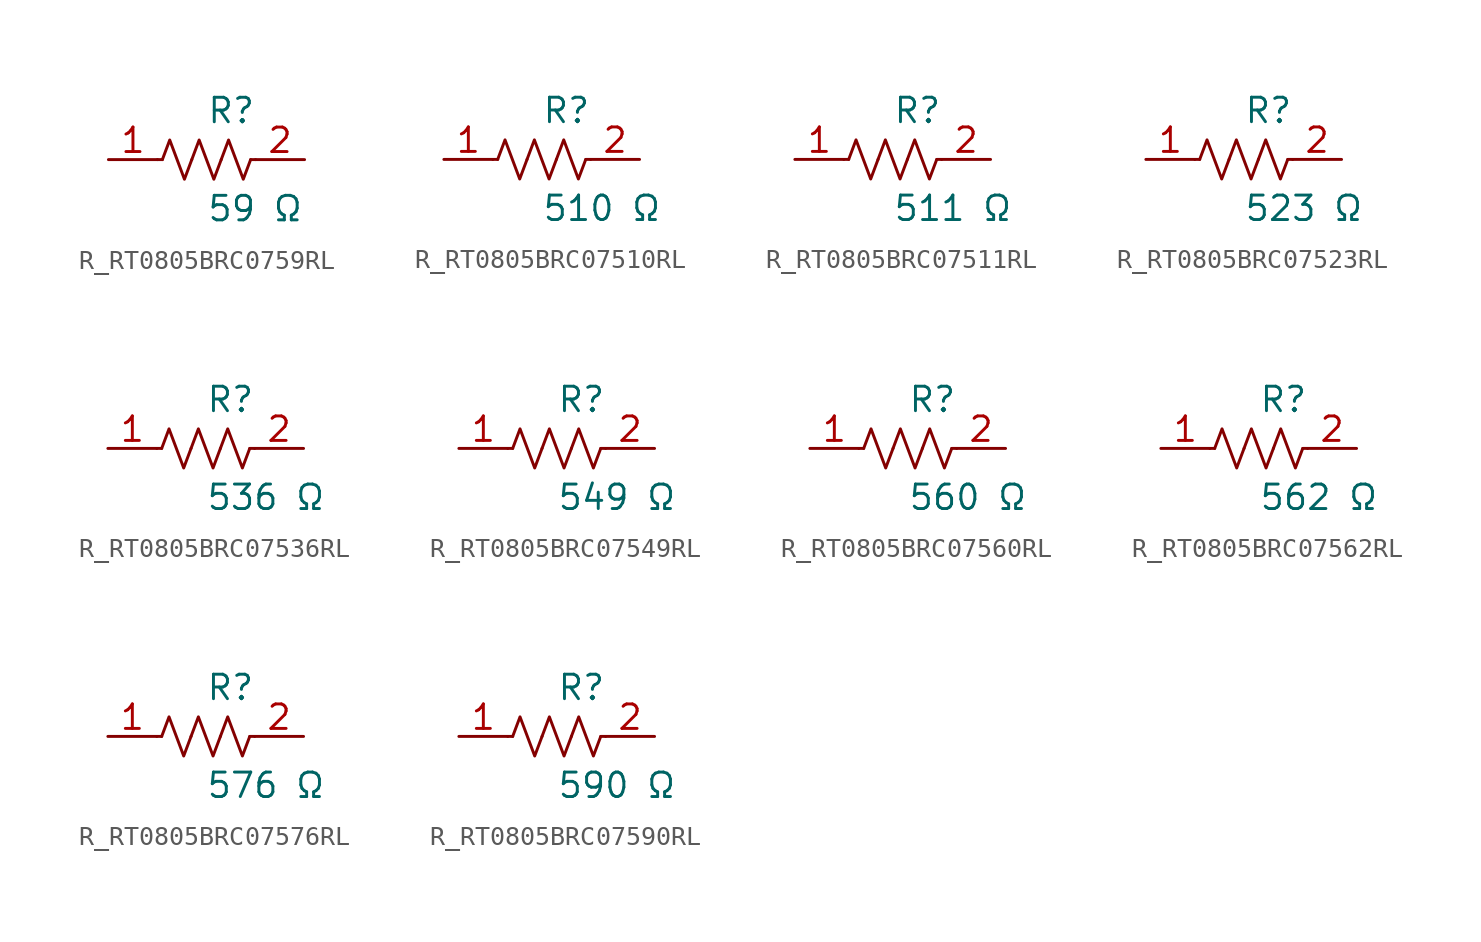
<source format=kicad_sym>
(kicad_symbol_lib
  (version 20231120)
  (generator kicad_symbol_editor)
  (generator_version 8.0)
  (symbol "R_RT0805BRC0759RL"
    (pin_names
      (offset 0.254))
    (property "Reference" "R"
      (at 0.0 2.54 0)
      (effects (font (size 1.27 1.27)) (justify left)))
    (property "Value" "59 Ω"
      (at 0.0 -2.54 0)
      (effects (font (size 1.27 1.27)) (justify left)))
    (symbol "R_RT0805BRC0759RL_0_1"
      (polyline (pts (xy 2.286 0) (xy 2.54 0)) (stroke (width 0) (type default)) (fill (type none)))
      (polyline (pts (xy -2.286 0) (xy -2.54 0)) (stroke (width 0) (type default)) (fill (type none)))
      (polyline (pts (xy 0.762 0) (xy 1.143 1.016) (xy 1.524 0) (xy 1.905 -1.016) (xy 2.286 0)) (stroke (width 0) (type default)) (fill (type none)))
      (polyline (pts (xy -0.762 0) (xy -0.381 1.016) (xy 0 0) (xy 0.381 -1.016) (xy 0.762 0)) (stroke (width 0) (type default)) (fill (type none)))
      (polyline (pts (xy -2.286 0) (xy -1.905 1.016) (xy -1.524 0) (xy -1.143 -1.016) (xy -0.762 0)) (stroke (width 0) (type default)) (fill (type none))))
    (pin unspecified line
      (at -5.08 0 0)
      (length 2.54)
      (name "" (effects (font (size 1.27 1.27))))
      (number "1" (effects (font (size 1.27 1.27)))))
    (pin unspecified line
      (at 5.08 0 180)
      (length 2.54)
      (name "" (effects (font (size 1.27 1.27))))
      (number "2" (effects (font (size 1.27 1.27))))))
  (symbol "R_RT0805BRC07510RL"
    (pin_names
      (offset 0.254))
    (property "Reference" "R"
      (at 0.0 2.54 0)
      (effects (font (size 1.27 1.27)) (justify left)))
    (property "Value" "510 Ω"
      (at 0.0 -2.54 0)
      (effects (font (size 1.27 1.27)) (justify left)))
    (symbol "R_RT0805BRC07510RL_0_1"
      (polyline (pts (xy 2.286 0) (xy 2.54 0)) (stroke (width 0) (type default)) (fill (type none)))
      (polyline (pts (xy -2.286 0) (xy -2.54 0)) (stroke (width 0) (type default)) (fill (type none)))
      (polyline (pts (xy 0.762 0) (xy 1.143 1.016) (xy 1.524 0) (xy 1.905 -1.016) (xy 2.286 0)) (stroke (width 0) (type default)) (fill (type none)))
      (polyline (pts (xy -0.762 0) (xy -0.381 1.016) (xy 0 0) (xy 0.381 -1.016) (xy 0.762 0)) (stroke (width 0) (type default)) (fill (type none)))
      (polyline (pts (xy -2.286 0) (xy -1.905 1.016) (xy -1.524 0) (xy -1.143 -1.016) (xy -0.762 0)) (stroke (width 0) (type default)) (fill (type none))))
    (pin unspecified line
      (at -5.08 0 0)
      (length 2.54)
      (name "" (effects (font (size 1.27 1.27))))
      (number "1" (effects (font (size 1.27 1.27)))))
    (pin unspecified line
      (at 5.08 0 180)
      (length 2.54)
      (name "" (effects (font (size 1.27 1.27))))
      (number "2" (effects (font (size 1.27 1.27))))))
  (symbol "R_RT0805BRC07511RL"
    (pin_names
      (offset 0.254))
    (property "Reference" "R"
      (at 0.0 2.54 0)
      (effects (font (size 1.27 1.27)) (justify left)))
    (property "Value" "511 Ω"
      (at 0.0 -2.54 0)
      (effects (font (size 1.27 1.27)) (justify left)))
    (symbol "R_RT0805BRC07511RL_0_1"
      (polyline (pts (xy 2.286 0) (xy 2.54 0)) (stroke (width 0) (type default)) (fill (type none)))
      (polyline (pts (xy -2.286 0) (xy -2.54 0)) (stroke (width 0) (type default)) (fill (type none)))
      (polyline (pts (xy 0.762 0) (xy 1.143 1.016) (xy 1.524 0) (xy 1.905 -1.016) (xy 2.286 0)) (stroke (width 0) (type default)) (fill (type none)))
      (polyline (pts (xy -0.762 0) (xy -0.381 1.016) (xy 0 0) (xy 0.381 -1.016) (xy 0.762 0)) (stroke (width 0) (type default)) (fill (type none)))
      (polyline (pts (xy -2.286 0) (xy -1.905 1.016) (xy -1.524 0) (xy -1.143 -1.016) (xy -0.762 0)) (stroke (width 0) (type default)) (fill (type none))))
    (pin unspecified line
      (at -5.08 0 0)
      (length 2.54)
      (name "" (effects (font (size 1.27 1.27))))
      (number "1" (effects (font (size 1.27 1.27)))))
    (pin unspecified line
      (at 5.08 0 180)
      (length 2.54)
      (name "" (effects (font (size 1.27 1.27))))
      (number "2" (effects (font (size 1.27 1.27))))))
  (symbol "R_RT0805BRC07523RL"
    (pin_names
      (offset 0.254))
    (property "Reference" "R"
      (at 0.0 2.54 0)
      (effects (font (size 1.27 1.27)) (justify left)))
    (property "Value" "523 Ω"
      (at 0.0 -2.54 0)
      (effects (font (size 1.27 1.27)) (justify left)))
    (symbol "R_RT0805BRC07523RL_0_1"
      (polyline (pts (xy 2.286 0) (xy 2.54 0)) (stroke (width 0) (type default)) (fill (type none)))
      (polyline (pts (xy -2.286 0) (xy -2.54 0)) (stroke (width 0) (type default)) (fill (type none)))
      (polyline (pts (xy 0.762 0) (xy 1.143 1.016) (xy 1.524 0) (xy 1.905 -1.016) (xy 2.286 0)) (stroke (width 0) (type default)) (fill (type none)))
      (polyline (pts (xy -0.762 0) (xy -0.381 1.016) (xy 0 0) (xy 0.381 -1.016) (xy 0.762 0)) (stroke (width 0) (type default)) (fill (type none)))
      (polyline (pts (xy -2.286 0) (xy -1.905 1.016) (xy -1.524 0) (xy -1.143 -1.016) (xy -0.762 0)) (stroke (width 0) (type default)) (fill (type none))))
    (pin unspecified line
      (at -5.08 0 0)
      (length 2.54)
      (name "" (effects (font (size 1.27 1.27))))
      (number "1" (effects (font (size 1.27 1.27)))))
    (pin unspecified line
      (at 5.08 0 180)
      (length 2.54)
      (name "" (effects (font (size 1.27 1.27))))
      (number "2" (effects (font (size 1.27 1.27))))))
  (symbol "R_RT0805BRC07536RL"
    (pin_names
      (offset 0.254))
    (property "Reference" "R"
      (at 0.0 2.54 0)
      (effects (font (size 1.27 1.27)) (justify left)))
    (property "Value" "536 Ω"
      (at 0.0 -2.54 0)
      (effects (font (size 1.27 1.27)) (justify left)))
    (symbol "R_RT0805BRC07536RL_0_1"
      (polyline (pts (xy 2.286 0) (xy 2.54 0)) (stroke (width 0) (type default)) (fill (type none)))
      (polyline (pts (xy -2.286 0) (xy -2.54 0)) (stroke (width 0) (type default)) (fill (type none)))
      (polyline (pts (xy 0.762 0) (xy 1.143 1.016) (xy 1.524 0) (xy 1.905 -1.016) (xy 2.286 0)) (stroke (width 0) (type default)) (fill (type none)))
      (polyline (pts (xy -0.762 0) (xy -0.381 1.016) (xy 0 0) (xy 0.381 -1.016) (xy 0.762 0)) (stroke (width 0) (type default)) (fill (type none)))
      (polyline (pts (xy -2.286 0) (xy -1.905 1.016) (xy -1.524 0) (xy -1.143 -1.016) (xy -0.762 0)) (stroke (width 0) (type default)) (fill (type none))))
    (pin unspecified line
      (at -5.08 0 0)
      (length 2.54)
      (name "" (effects (font (size 1.27 1.27))))
      (number "1" (effects (font (size 1.27 1.27)))))
    (pin unspecified line
      (at 5.08 0 180)
      (length 2.54)
      (name "" (effects (font (size 1.27 1.27))))
      (number "2" (effects (font (size 1.27 1.27))))))
  (symbol "R_RT0805BRC07549RL"
    (pin_names
      (offset 0.254))
    (property "Reference" "R"
      (at 0.0 2.54 0)
      (effects (font (size 1.27 1.27)) (justify left)))
    (property "Value" "549 Ω"
      (at 0.0 -2.54 0)
      (effects (font (size 1.27 1.27)) (justify left)))
    (symbol "R_RT0805BRC07549RL_0_1"
      (polyline (pts (xy 2.286 0) (xy 2.54 0)) (stroke (width 0) (type default)) (fill (type none)))
      (polyline (pts (xy -2.286 0) (xy -2.54 0)) (stroke (width 0) (type default)) (fill (type none)))
      (polyline (pts (xy 0.762 0) (xy 1.143 1.016) (xy 1.524 0) (xy 1.905 -1.016) (xy 2.286 0)) (stroke (width 0) (type default)) (fill (type none)))
      (polyline (pts (xy -0.762 0) (xy -0.381 1.016) (xy 0 0) (xy 0.381 -1.016) (xy 0.762 0)) (stroke (width 0) (type default)) (fill (type none)))
      (polyline (pts (xy -2.286 0) (xy -1.905 1.016) (xy -1.524 0) (xy -1.143 -1.016) (xy -0.762 0)) (stroke (width 0) (type default)) (fill (type none))))
    (pin unspecified line
      (at -5.08 0 0)
      (length 2.54)
      (name "" (effects (font (size 1.27 1.27))))
      (number "1" (effects (font (size 1.27 1.27)))))
    (pin unspecified line
      (at 5.08 0 180)
      (length 2.54)
      (name "" (effects (font (size 1.27 1.27))))
      (number "2" (effects (font (size 1.27 1.27))))))
  (symbol "R_RT0805BRC07560RL"
    (pin_names
      (offset 0.254))
    (property "Reference" "R"
      (at 0.0 2.54 0)
      (effects (font (size 1.27 1.27)) (justify left)))
    (property "Value" "560 Ω"
      (at 0.0 -2.54 0)
      (effects (font (size 1.27 1.27)) (justify left)))
    (symbol "R_RT0805BRC07560RL_0_1"
      (polyline (pts (xy 2.286 0) (xy 2.54 0)) (stroke (width 0) (type default)) (fill (type none)))
      (polyline (pts (xy -2.286 0) (xy -2.54 0)) (stroke (width 0) (type default)) (fill (type none)))
      (polyline (pts (xy 0.762 0) (xy 1.143 1.016) (xy 1.524 0) (xy 1.905 -1.016) (xy 2.286 0)) (stroke (width 0) (type default)) (fill (type none)))
      (polyline (pts (xy -0.762 0) (xy -0.381 1.016) (xy 0 0) (xy 0.381 -1.016) (xy 0.762 0)) (stroke (width 0) (type default)) (fill (type none)))
      (polyline (pts (xy -2.286 0) (xy -1.905 1.016) (xy -1.524 0) (xy -1.143 -1.016) (xy -0.762 0)) (stroke (width 0) (type default)) (fill (type none))))
    (pin unspecified line
      (at -5.08 0 0)
      (length 2.54)
      (name "" (effects (font (size 1.27 1.27))))
      (number "1" (effects (font (size 1.27 1.27)))))
    (pin unspecified line
      (at 5.08 0 180)
      (length 2.54)
      (name "" (effects (font (size 1.27 1.27))))
      (number "2" (effects (font (size 1.27 1.27))))))
  (symbol "R_RT0805BRC07562RL"
    (pin_names
      (offset 0.254))
    (property "Reference" "R"
      (at 0.0 2.54 0)
      (effects (font (size 1.27 1.27)) (justify left)))
    (property "Value" "562 Ω"
      (at 0.0 -2.54 0)
      (effects (font (size 1.27 1.27)) (justify left)))
    (symbol "R_RT0805BRC07562RL_0_1"
      (polyline (pts (xy 2.286 0) (xy 2.54 0)) (stroke (width 0) (type default)) (fill (type none)))
      (polyline (pts (xy -2.286 0) (xy -2.54 0)) (stroke (width 0) (type default)) (fill (type none)))
      (polyline (pts (xy 0.762 0) (xy 1.143 1.016) (xy 1.524 0) (xy 1.905 -1.016) (xy 2.286 0)) (stroke (width 0) (type default)) (fill (type none)))
      (polyline (pts (xy -0.762 0) (xy -0.381 1.016) (xy 0 0) (xy 0.381 -1.016) (xy 0.762 0)) (stroke (width 0) (type default)) (fill (type none)))
      (polyline (pts (xy -2.286 0) (xy -1.905 1.016) (xy -1.524 0) (xy -1.143 -1.016) (xy -0.762 0)) (stroke (width 0) (type default)) (fill (type none))))
    (pin unspecified line
      (at -5.08 0 0)
      (length 2.54)
      (name "" (effects (font (size 1.27 1.27))))
      (number "1" (effects (font (size 1.27 1.27)))))
    (pin unspecified line
      (at 5.08 0 180)
      (length 2.54)
      (name "" (effects (font (size 1.27 1.27))))
      (number "2" (effects (font (size 1.27 1.27))))))
  (symbol "R_RT0805BRC07576RL"
    (pin_names
      (offset 0.254))
    (property "Reference" "R"
      (at 0.0 2.54 0)
      (effects (font (size 1.27 1.27)) (justify left)))
    (property "Value" "576 Ω"
      (at 0.0 -2.54 0)
      (effects (font (size 1.27 1.27)) (justify left)))
    (symbol "R_RT0805BRC07576RL_0_1"
      (polyline (pts (xy 2.286 0) (xy 2.54 0)) (stroke (width 0) (type default)) (fill (type none)))
      (polyline (pts (xy -2.286 0) (xy -2.54 0)) (stroke (width 0) (type default)) (fill (type none)))
      (polyline (pts (xy 0.762 0) (xy 1.143 1.016) (xy 1.524 0) (xy 1.905 -1.016) (xy 2.286 0)) (stroke (width 0) (type default)) (fill (type none)))
      (polyline (pts (xy -0.762 0) (xy -0.381 1.016) (xy 0 0) (xy 0.381 -1.016) (xy 0.762 0)) (stroke (width 0) (type default)) (fill (type none)))
      (polyline (pts (xy -2.286 0) (xy -1.905 1.016) (xy -1.524 0) (xy -1.143 -1.016) (xy -0.762 0)) (stroke (width 0) (type default)) (fill (type none))))
    (pin unspecified line
      (at -5.08 0 0)
      (length 2.54)
      (name "" (effects (font (size 1.27 1.27))))
      (number "1" (effects (font (size 1.27 1.27)))))
    (pin unspecified line
      (at 5.08 0 180)
      (length 2.54)
      (name "" (effects (font (size 1.27 1.27))))
      (number "2" (effects (font (size 1.27 1.27))))))
  (symbol "R_RT0805BRC07590RL"
    (pin_names
      (offset 0.254))
    (property "Reference" "R"
      (at 0.0 2.54 0)
      (effects (font (size 1.27 1.27)) (justify left)))
    (property "Value" "590 Ω"
      (at 0.0 -2.54 0)
      (effects (font (size 1.27 1.27)) (justify left)))
    (symbol "R_RT0805BRC07590RL_0_1"
      (polyline (pts (xy 2.286 0) (xy 2.54 0)) (stroke (width 0) (type default)) (fill (type none)))
      (polyline (pts (xy -2.286 0) (xy -2.54 0)) (stroke (width 0) (type default)) (fill (type none)))
      (polyline (pts (xy 0.762 0) (xy 1.143 1.016) (xy 1.524 0) (xy 1.905 -1.016) (xy 2.286 0)) (stroke (width 0) (type default)) (fill (type none)))
      (polyline (pts (xy -0.762 0) (xy -0.381 1.016) (xy 0 0) (xy 0.381 -1.016) (xy 0.762 0)) (stroke (width 0) (type default)) (fill (type none)))
      (polyline (pts (xy -2.286 0) (xy -1.905 1.016) (xy -1.524 0) (xy -1.143 -1.016) (xy -0.762 0)) (stroke (width 0) (type default)) (fill (type none))))
    (pin unspecified line
      (at -5.08 0 0)
      (length 2.54)
      (name "" (effects (font (size 1.27 1.27))))
      (number "1" (effects (font (size 1.27 1.27)))))
    (pin unspecified line
      (at 5.08 0 180)
      (length 2.54)
      (name "" (effects (font (size 1.27 1.27))))
      (number "2" (effects (font (size 1.27 1.27)))))))
</source>
